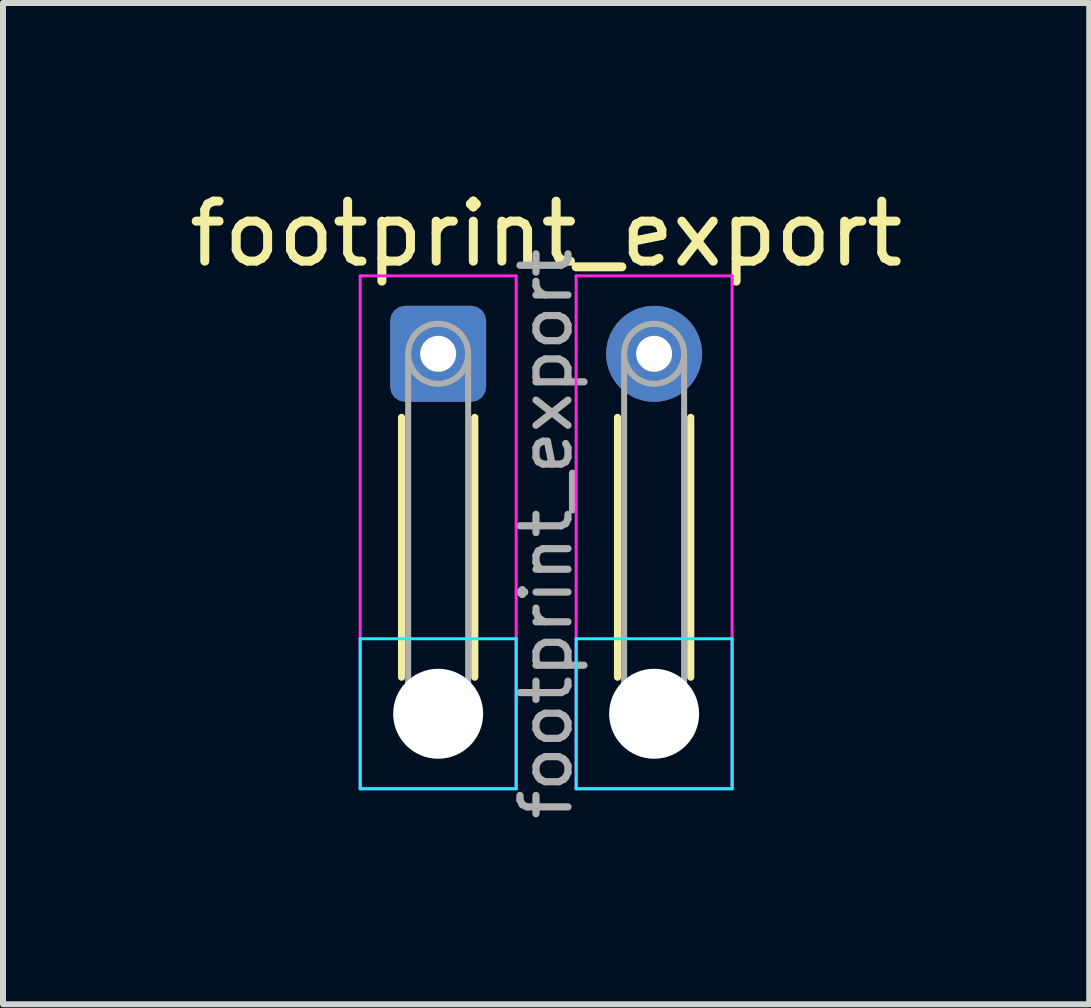
<source format=kicad_pcb>
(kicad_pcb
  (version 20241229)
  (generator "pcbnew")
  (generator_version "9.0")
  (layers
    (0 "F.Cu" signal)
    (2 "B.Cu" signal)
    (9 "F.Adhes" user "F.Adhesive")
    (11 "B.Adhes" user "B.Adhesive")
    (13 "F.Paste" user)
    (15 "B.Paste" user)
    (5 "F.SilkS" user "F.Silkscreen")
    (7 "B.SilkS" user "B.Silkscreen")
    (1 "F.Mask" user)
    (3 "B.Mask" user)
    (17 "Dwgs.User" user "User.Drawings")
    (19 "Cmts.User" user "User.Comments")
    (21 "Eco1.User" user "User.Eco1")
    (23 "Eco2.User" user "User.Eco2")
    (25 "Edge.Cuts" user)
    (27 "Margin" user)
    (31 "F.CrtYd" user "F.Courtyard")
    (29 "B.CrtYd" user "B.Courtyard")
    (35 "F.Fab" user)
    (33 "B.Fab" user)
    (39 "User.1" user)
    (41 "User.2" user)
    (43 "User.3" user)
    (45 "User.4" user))
  (footprint "footprint_export"
    (layer "F.Cu")
    (at 4.254 2.848)
    (property "Reference" "footprint_export" (at 1.8 -2 0) (layer "F.SilkS") (effects (font (size 1 1) (thickness 0.15))))
    (attr exclude_from_pos_files exclude_from_bom)
    (fp_line (start -0.61 1.06) (end -0.61 5.39) (stroke (width 0.12) (type solid)) (layer "F.SilkS"))
    (fp_line (start 0.61 1.06) (end 0.61 5.39) (stroke (width 0.12) (type solid)) (layer "F.SilkS"))
    (fp_line (start 2.99 1.06) (end 2.99 5.39) (stroke (width 0.12) (type solid)) (layer "F.SilkS"))
    (fp_line (start 4.21 1.06) (end 4.21 5.39) (stroke (width 0.12) (type solid)) (layer "F.SilkS"))
    (fp_line (start -1.3 4.75) (end -1.3 7.25) (stroke (width 0.05) (type solid)) (layer "B.CrtYd"))
    (fp_line (start -1.3 7.25) (end 1.3 7.25) (stroke (width 0.05) (type solid)) (layer "B.CrtYd"))
    (fp_line (start 1.3 4.75) (end -1.3 4.75) (stroke (width 0.05) (type solid)) (layer "B.CrtYd"))
    (fp_line (start 1.3 7.25) (end 1.3 4.75) (stroke (width 0.05) (type solid)) (layer "B.CrtYd"))
    (fp_line (start 2.3 4.75) (end 2.3 7.25) (stroke (width 0.05) (type solid)) (layer "B.CrtYd"))
    (fp_line (start 2.3 7.25) (end 4.9 7.25) (stroke (width 0.05) (type solid)) (layer "B.CrtYd"))
    (fp_line (start 4.9 4.75) (end 2.3 4.75) (stroke (width 0.05) (type solid)) (layer "B.CrtYd"))
    (fp_line (start 4.9 7.25) (end 4.9 4.75) (stroke (width 0.05) (type solid)) (layer "B.CrtYd"))
    (fp_line (start -1.3 -1.3) (end -1.3 7.25) (stroke (width 0.05) (type solid)) (layer "F.CrtYd"))
    (fp_line (start -1.3 7.25) (end 1.3 7.25) (stroke (width 0.05) (type solid)) (layer "F.CrtYd"))
    (fp_line (start 1.3 -1.3) (end -1.3 -1.3) (stroke (width 0.05) (type solid)) (layer "F.CrtYd"))
    (fp_line (start 1.3 7.25) (end 1.3 -1.3) (stroke (width 0.05) (type solid)) (layer "F.CrtYd"))
    (fp_line (start 2.3 -1.3) (end 2.3 7.25) (stroke (width 0.05) (type solid)) (layer "F.CrtYd"))
    (fp_line (start 2.3 7.25) (end 4.9 7.25) (stroke (width 0.05) (type solid)) (layer "F.CrtYd"))
    (fp_line (start 4.9 -1.3) (end 2.3 -1.3) (stroke (width 0.05) (type solid)) (layer "F.CrtYd"))
    (fp_line (start 4.9 7.25) (end 4.9 -1.3) (stroke (width 0.05) (type solid)) (layer "F.CrtYd"))
    (fp_line (start -0.5 0) (end -0.5 6) (stroke (width 0.1) (type solid)) (layer "F.Fab"))
    (fp_line (start 0.5 0) (end 0.5 6) (stroke (width 0.1) (type solid)) (layer "F.Fab"))
    (fp_line (start 3.1 0) (end 3.1 6) (stroke (width 0.1) (type solid)) (layer "F.Fab"))
    (fp_line (start 4.1 0) (end 4.1 6) (stroke (width 0.1) (type solid)) (layer "F.Fab"))
    (fp_circle (center 0 0) (end 0.5 0) (stroke (width 0.1) (type solid)) (fill no) (layer "F.Fab"))
    (fp_circle (center 0 6) (end 0.5 6) (stroke (width 0.1) (type solid)) (fill no) (layer "F.Fab"))
    (fp_circle (center 3.6 0) (end 4.1 0) (stroke (width 0.1) (type solid)) (fill no) (layer "F.Fab"))
    (fp_circle (center 3.6 6) (end 4.1 6) (stroke (width 0.1) (type solid)) (fill no) (layer "F.Fab"))
    (fp_text user "${REFERENCE}" (at 1.8 3 90) (layer "F.Fab") (effects (font (size 0.8 0.8) (thickness 0.12))))
    (pad "" np_thru_hole circle (at 0 6) (size 1.5 1.5) (drill 1.5) (layers "*.Cu" "*.Mask"))
    (pad "" np_thru_hole circle (at 3.6 6) (size 1.5 1.5) (drill 1.5) (layers "*.Cu" "*.Mask"))
    (pad "1" thru_hole roundrect (at 0 0) (size 1.6 1.6) (drill 0.6) (layers "*.Cu" "*.Mask") (roundrect_rratio 0.156))
    (pad "2" thru_hole circle (at 3.6 0) (size 1.6 1.6) (drill 0.6) (layers "*.Cu" "*.Mask")))
  (gr_rect
    (start -3 -3)
    (end 15.107 13.691)
    (stroke (width 0.1) (type default))
    (fill no)
    (layer "Edge.Cuts")))
</source>
